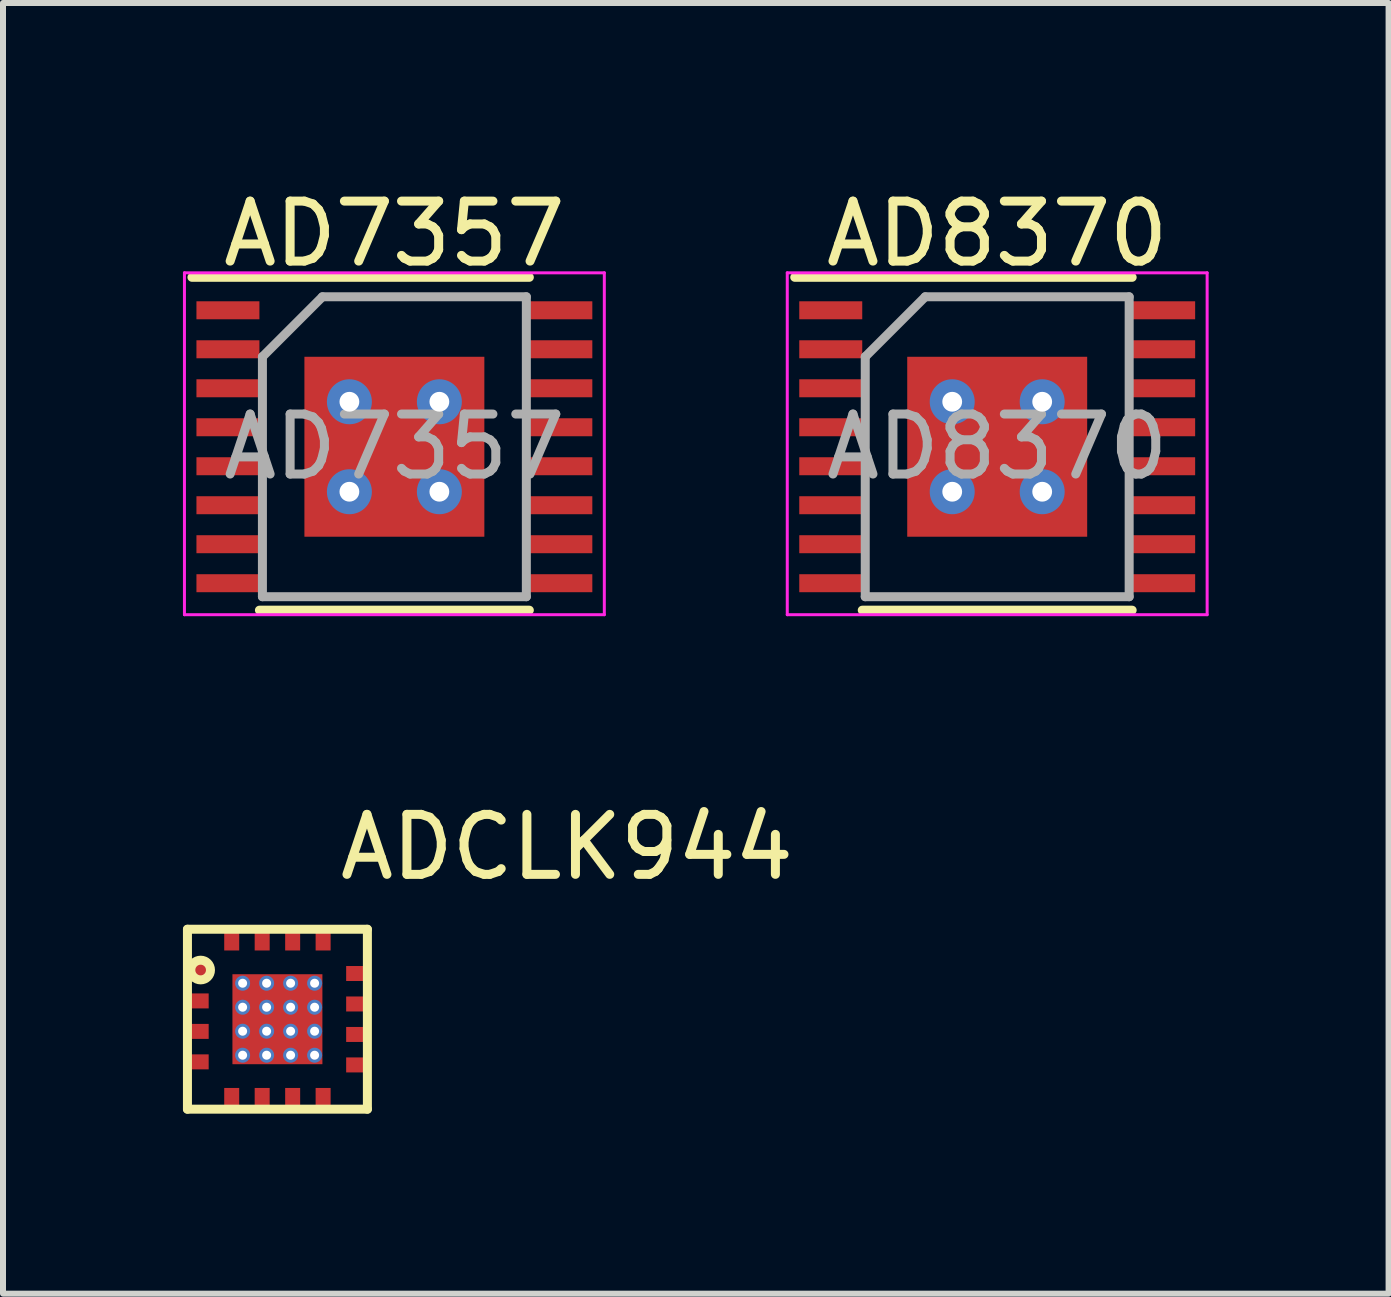
<source format=kicad_pcb>
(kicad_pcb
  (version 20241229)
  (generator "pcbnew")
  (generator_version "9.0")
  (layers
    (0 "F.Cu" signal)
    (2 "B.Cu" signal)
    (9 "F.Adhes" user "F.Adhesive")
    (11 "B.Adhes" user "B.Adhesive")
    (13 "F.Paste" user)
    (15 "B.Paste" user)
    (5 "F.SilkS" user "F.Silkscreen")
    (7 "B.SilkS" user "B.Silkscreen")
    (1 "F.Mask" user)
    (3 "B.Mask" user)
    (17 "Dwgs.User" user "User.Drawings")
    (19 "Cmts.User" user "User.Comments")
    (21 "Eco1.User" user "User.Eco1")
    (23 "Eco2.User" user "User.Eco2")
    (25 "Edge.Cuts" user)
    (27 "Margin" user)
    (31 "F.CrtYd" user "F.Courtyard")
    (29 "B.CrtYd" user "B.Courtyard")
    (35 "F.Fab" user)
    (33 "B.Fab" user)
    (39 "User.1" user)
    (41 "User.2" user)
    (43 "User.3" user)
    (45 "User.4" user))
  (footprint "ADCLK944"
    (layer "F.Cu")
    (at 1.575 13.942)
    (property "Reference" "ADCLK944" (at 4.826 -2.87 0) (layer "F.SilkS") (effects (font (size 1 1) (thickness 0.15))))
    (attr through_hole)
    (fp_line (start -1.5 -1.5) (end 1.5 -1.5) (stroke (width 0.15) (type solid)) (layer "F.SilkS"))
    (fp_line (start -1.5 1.5) (end -1.5 -1.5) (stroke (width 0.15) (type solid)) (layer "F.SilkS"))
    (fp_line (start 1.5 1.5) (end -1.5 1.5) (stroke (width 0.15) (type solid)) (layer "F.SilkS"))
    (fp_line (start 1.5 1.5) (end 1.5 -1.5) (stroke (width 0.15) (type solid)) (layer "F.SilkS"))
    (fp_circle (center -1.28 -0.82) (end -1.15 -0.72) (stroke (width 0.15) (type solid)) (fill no) (layer "F.SilkS"))
    (pad "" thru_hole circle (at -0.58 -0.6) (size 0.25 0.25) (drill 0.15) (layers "*.Cu" "*.Mask"))
    (pad "" thru_hole circle (at -0.58 -0.2) (size 0.25 0.25) (drill 0.15) (layers "*.Cu" "*.Mask"))
    (pad "" thru_hole circle (at -0.58 0.2) (size 0.25 0.25) (drill 0.15) (layers "*.Cu" "*.Mask"))
    (pad "" thru_hole circle (at -0.58 0.6) (size 0.25 0.25) (drill 0.15) (layers "*.Cu" "*.Mask"))
    (pad "" thru_hole circle (at -0.18 -0.6) (size 0.25 0.25) (drill 0.15) (layers "*.Cu" "*.Mask"))
    (pad "" thru_hole circle (at -0.18 -0.2) (size 0.25 0.25) (drill 0.15) (layers "*.Cu" "*.Mask"))
    (pad "" thru_hole circle (at -0.18 0.2) (size 0.25 0.25) (drill 0.15) (layers "*.Cu" "*.Mask"))
    (pad "" thru_hole circle (at -0.18 0.6) (size 0.25 0.25) (drill 0.15) (layers "*.Cu" "*.Mask"))
    (pad "" thru_hole circle (at 0.22 -0.6) (size 0.25 0.25) (drill 0.15) (layers "*.Cu" "*.Mask"))
    (pad "" thru_hole circle (at 0.22 -0.2) (size 0.25 0.25) (drill 0.15) (layers "*.Cu" "*.Mask"))
    (pad "" thru_hole circle (at 0.22 0.2) (size 0.25 0.25) (drill 0.15) (layers "*.Cu" "*.Mask"))
    (pad "" thru_hole circle (at 0.22 0.6) (size 0.25 0.25) (drill 0.15) (layers "*.Cu" "*.Mask"))
    (pad "" thru_hole circle (at 0.62 -0.6) (size 0.25 0.25) (drill 0.15) (layers "*.Cu" "*.Mask"))
    (pad "" thru_hole circle (at 0.62 -0.2) (size 0.25 0.25) (drill 0.15) (layers "*.Cu" "*.Mask"))
    (pad "" thru_hole circle (at 0.62 0.2) (size 0.25 0.25) (drill 0.15) (layers "*.Cu" "*.Mask"))
    (pad "" thru_hole circle (at 0.62 0.6) (size 0.25 0.25) (drill 0.15) (layers "*.Cu" "*.Mask"))
    (pad "1" smd rect (at -1.346 -0.813) (size 0.4 0.25) (layers "F.Cu" "F.Mask" "F.Paste"))
    (pad "2" smd rect (at -1.346 -0.305) (size 0.4 0.25) (layers "F.Cu" "F.Mask" "F.Paste"))
    (pad "3" smd rect (at -1.346 0.203) (size 0.4 0.25) (layers "F.Cu" "F.Mask" "F.Paste"))
    (pad "4" smd rect (at -1.346 0.711) (size 0.4 0.25) (layers "F.Cu" "F.Mask" "F.Paste"))
    (pad "5" smd rect (at -0.762 1.346) (size 0.25 0.4) (layers "F.Cu" "F.Mask" "F.Paste"))
    (pad "6" smd rect (at -0.254 1.346) (size 0.25 0.4) (layers "F.Cu" "F.Mask" "F.Paste"))
    (pad "7" smd rect (at 0.254 1.346) (size 0.25 0.4) (layers "F.Cu" "F.Mask" "F.Paste"))
    (pad "8" smd rect (at 0.762 1.346) (size 0.25 0.4) (layers "F.Cu" "F.Mask" "F.Paste"))
    (pad "9" smd rect (at 1.346 0.762) (size 0.4 0.25) (layers "F.Cu" "F.Mask" "F.Paste"))
    (pad "10" smd rect (at 1.346 0.254) (size 0.4 0.25) (layers "F.Cu" "F.Mask" "F.Paste"))
    (pad "11" smd rect (at 1.346 -0.254) (size 0.4 0.25) (layers "F.Cu" "F.Mask" "F.Paste"))
    (pad "12" smd rect (at 1.346 -0.762) (size 0.4 0.25) (layers "F.Cu" "F.Mask" "F.Paste"))
    (pad "13" smd rect (at 0.762 -1.346) (size 0.25 0.4) (layers "F.Cu" "F.Mask" "F.Paste"))
    (pad "14" smd rect (at 0.254 -1.346) (size 0.25 0.4) (layers "F.Cu" "F.Mask" "F.Paste"))
    (pad "15" smd rect (at -0.254 -1.346) (size 0.25 0.4) (layers "F.Cu" "F.Mask" "F.Paste"))
    (pad "16" smd rect (at -0.762 -1.346) (size 0.25 0.4) (layers "F.Cu" "F.Mask" "F.Paste"))
    (pad "17" smd rect (at 0 0) (size 1.5 1.5) (layers "F.Cu" "F.Mask" "F.Paste")))
  (footprint "AD7357"
    (layer "F.Cu")
    (at 3.525 4.398)
    (property "Reference" "AD7357" (at 0 -3.55 0) (layer "F.SilkS") (effects (font (size 1 1) (thickness 0.15))))
    (attr smd)
    (fp_line (start -3.375 -2.825) (end 2.25 -2.825) (stroke (width 0.15) (type solid)) (layer "F.SilkS"))
    (fp_line (start -2.25 2.725) (end 2.25 2.725) (stroke (width 0.15) (type solid)) (layer "F.SilkS"))
    (fp_line (start -3.5 -2.9) (end -3.5 2.8) (stroke (width 0.05) (type solid)) (layer "F.CrtYd"))
    (fp_line (start -3.5 -2.9) (end 3.5 -2.9) (stroke (width 0.05) (type solid)) (layer "F.CrtYd"))
    (fp_line (start -3.5 2.8) (end 3.5 2.8) (stroke (width 0.05) (type solid)) (layer "F.CrtYd"))
    (fp_line (start 3.5 -2.9) (end 3.5 2.8) (stroke (width 0.05) (type solid)) (layer "F.CrtYd"))
    (fp_line (start -2.2 -1.5) (end -1.2 -2.5) (stroke (width 0.15) (type solid)) (layer "F.Fab"))
    (fp_line (start -2.2 2.5) (end -2.2 -1.5) (stroke (width 0.15) (type solid)) (layer "F.Fab"))
    (fp_line (start -1.2 -2.5) (end 2.2 -2.5) (stroke (width 0.15) (type solid)) (layer "F.Fab"))
    (fp_line (start 2.2 -2.5) (end 2.2 2.5) (stroke (width 0.15) (type solid)) (layer "F.Fab"))
    (fp_line (start 2.2 2.5) (end -2.2 2.5) (stroke (width 0.15) (type solid)) (layer "F.Fab"))
    (fp_text user "${REFERENCE}" (at 0 0 0) (layer "F.Fab") (effects (font (size 1 1) (thickness 0.15))))
    (pad "1" smd rect (at -2.775 -2.275) (size 1.05 0.3) (layers "F.Cu" "F.Mask" "F.Paste"))
    (pad "2" smd rect (at -2.775 -1.625) (size 1.05 0.3) (layers "F.Cu" "F.Mask" "F.Paste"))
    (pad "3" smd rect (at -2.775 -0.975) (size 1.05 0.3) (layers "F.Cu" "F.Mask" "F.Paste"))
    (pad "4" smd rect (at -2.775 -0.325) (size 1.05 0.3) (layers "F.Cu" "F.Mask" "F.Paste"))
    (pad "5" smd rect (at -2.775 0.325) (size 1.05 0.3) (layers "F.Cu" "F.Mask" "F.Paste"))
    (pad "6" smd rect (at -2.775 0.975) (size 1.05 0.3) (layers "F.Cu" "F.Mask" "F.Paste"))
    (pad "7" smd rect (at -2.775 1.625) (size 1.05 0.3) (layers "F.Cu" "F.Mask" "F.Paste"))
    (pad "8" smd rect (at -2.775 2.275) (size 1.05 0.3) (layers "F.Cu" "F.Mask" "F.Paste"))
    (pad "9" smd rect (at 2.775 2.275) (size 1.05 0.3) (layers "F.Cu" "F.Mask" "F.Paste"))
    (pad "10" smd rect (at 2.775 1.625) (size 1.05 0.3) (layers "F.Cu" "F.Mask" "F.Paste"))
    (pad "11" smd rect (at 2.775 0.975) (size 1.05 0.3) (layers "F.Cu" "F.Mask" "F.Paste"))
    (pad "12" smd rect (at 2.775 0.325) (size 1.05 0.3) (layers "F.Cu" "F.Mask" "F.Paste"))
    (pad "13" smd rect (at 2.775 -0.325) (size 1.05 0.3) (layers "F.Cu" "F.Mask" "F.Paste"))
    (pad "14" smd rect (at 2.775 -0.975) (size 1.05 0.3) (layers "F.Cu" "F.Mask" "F.Paste"))
    (pad "15" smd rect (at 2.775 -1.625) (size 1.05 0.3) (layers "F.Cu" "F.Mask" "F.Paste"))
    (pad "16" smd rect (at 2.775 -2.275) (size 1.05 0.3) (layers "F.Cu" "F.Mask" "F.Paste"))
    (pad "17" thru_hole circle (at -0.75 -0.75) (size 0.75 0.75) (drill 0.33) (layers "*.Cu" "*.Mask"))
    (pad "17" thru_hole circle (at -0.75 0.75) (size 0.75 0.75) (drill 0.33) (layers "*.Cu" "*.Mask"))
    (pad "17" smd rect (at 0 0) (size 3 3) (layers "F.Cu" "F.Mask" "F.Paste"))
    (pad "17" thru_hole circle (at 0.75 -0.75 90) (size 0.75 0.75) (drill 0.33) (layers "*.Cu" "*.Mask"))
    (pad "17" thru_hole circle (at 0.75 0.75) (size 0.75 0.75) (drill 0.33) (layers "*.Cu" "*.Mask")))
  (footprint "AD8370"
    (layer "F.Cu")
    (at 13.575 4.398)
    (property "Reference" "AD8370" (at 0 -3.55 0) (layer "F.SilkS") (effects (font (size 1 1) (thickness 0.15))))
    (attr smd)
    (fp_line (start -3.375 -2.825) (end 2.25 -2.825) (stroke (width 0.15) (type solid)) (layer "F.SilkS"))
    (fp_line (start -2.25 2.725) (end 2.25 2.725) (stroke (width 0.15) (type solid)) (layer "F.SilkS"))
    (fp_line (start -3.5 -2.9) (end -3.5 2.8) (stroke (width 0.05) (type solid)) (layer "F.CrtYd"))
    (fp_line (start -3.5 -2.9) (end 3.5 -2.9) (stroke (width 0.05) (type solid)) (layer "F.CrtYd"))
    (fp_line (start -3.5 2.8) (end 3.5 2.8) (stroke (width 0.05) (type solid)) (layer "F.CrtYd"))
    (fp_line (start 3.5 -2.9) (end 3.5 2.8) (stroke (width 0.05) (type solid)) (layer "F.CrtYd"))
    (fp_line (start -2.2 -1.5) (end -1.2 -2.5) (stroke (width 0.15) (type solid)) (layer "F.Fab"))
    (fp_line (start -2.2 2.5) (end -2.2 -1.5) (stroke (width 0.15) (type solid)) (layer "F.Fab"))
    (fp_line (start -1.2 -2.5) (end 2.2 -2.5) (stroke (width 0.15) (type solid)) (layer "F.Fab"))
    (fp_line (start 2.2 -2.5) (end 2.2 2.5) (stroke (width 0.15) (type solid)) (layer "F.Fab"))
    (fp_line (start 2.2 2.5) (end -2.2 2.5) (stroke (width 0.15) (type solid)) (layer "F.Fab"))
    (fp_text user "${REFERENCE}" (at 0 0 0) (layer "F.Fab") (effects (font (size 1 1) (thickness 0.15))))
    (pad "1" smd rect (at -2.775 -2.275) (size 1.05 0.3) (layers "F.Cu" "F.Mask" "F.Paste"))
    (pad "2" smd rect (at -2.775 -1.625) (size 1.05 0.3) (layers "F.Cu" "F.Mask" "F.Paste"))
    (pad "3" smd rect (at -2.775 -0.975) (size 1.05 0.3) (layers "F.Cu" "F.Mask" "F.Paste"))
    (pad "4" smd rect (at -2.775 -0.325) (size 1.05 0.3) (layers "F.Cu" "F.Mask" "F.Paste"))
    (pad "5" smd rect (at -2.775 0.325) (size 1.05 0.3) (layers "F.Cu" "F.Mask" "F.Paste"))
    (pad "6" smd rect (at -2.775 0.975) (size 1.05 0.3) (layers "F.Cu" "F.Mask" "F.Paste"))
    (pad "7" smd rect (at -2.775 1.625) (size 1.05 0.3) (layers "F.Cu" "F.Mask" "F.Paste"))
    (pad "8" smd rect (at -2.775 2.275) (size 1.05 0.3) (layers "F.Cu" "F.Mask" "F.Paste"))
    (pad "9" smd rect (at 2.775 2.275) (size 1.05 0.3) (layers "F.Cu" "F.Mask" "F.Paste"))
    (pad "10" smd rect (at 2.775 1.625) (size 1.05 0.3) (layers "F.Cu" "F.Mask" "F.Paste"))
    (pad "11" smd rect (at 2.775 0.975) (size 1.05 0.3) (layers "F.Cu" "F.Mask" "F.Paste"))
    (pad "12" smd rect (at 2.775 0.325) (size 1.05 0.3) (layers "F.Cu" "F.Mask" "F.Paste"))
    (pad "13" smd rect (at 2.775 -0.325) (size 1.05 0.3) (layers "F.Cu" "F.Mask" "F.Paste"))
    (pad "14" smd rect (at 2.775 -0.975) (size 1.05 0.3) (layers "F.Cu" "F.Mask" "F.Paste"))
    (pad "15" smd rect (at 2.775 -1.625) (size 1.05 0.3) (layers "F.Cu" "F.Mask" "F.Paste"))
    (pad "16" smd rect (at 2.775 -2.275) (size 1.05 0.3) (layers "F.Cu" "F.Mask" "F.Paste"))
    (pad "17" thru_hole circle (at -0.75 -0.75) (size 0.75 0.75) (drill 0.33) (layers "*.Cu" "*.Mask"))
    (pad "17" thru_hole circle (at -0.75 0.75) (size 0.75 0.75) (drill 0.33) (layers "*.Cu" "*.Mask"))
    (pad "17" smd rect (at 0 0) (size 3 3) (layers "F.Cu" "F.Mask" "F.Paste"))
    (pad "17" thru_hole circle (at 0.75 -0.75 90) (size 0.75 0.75) (drill 0.33) (layers "*.Cu" "*.Mask"))
    (pad "17" thru_hole circle (at 0.75 0.75) (size 0.75 0.75) (drill 0.33) (layers "*.Cu" "*.Mask")))
  (gr_rect
    (start -3 -3)
    (end 20.1 18.517)
    (stroke (width 0.1) (type default))
    (fill no)
    (layer "Edge.Cuts")))
</source>
